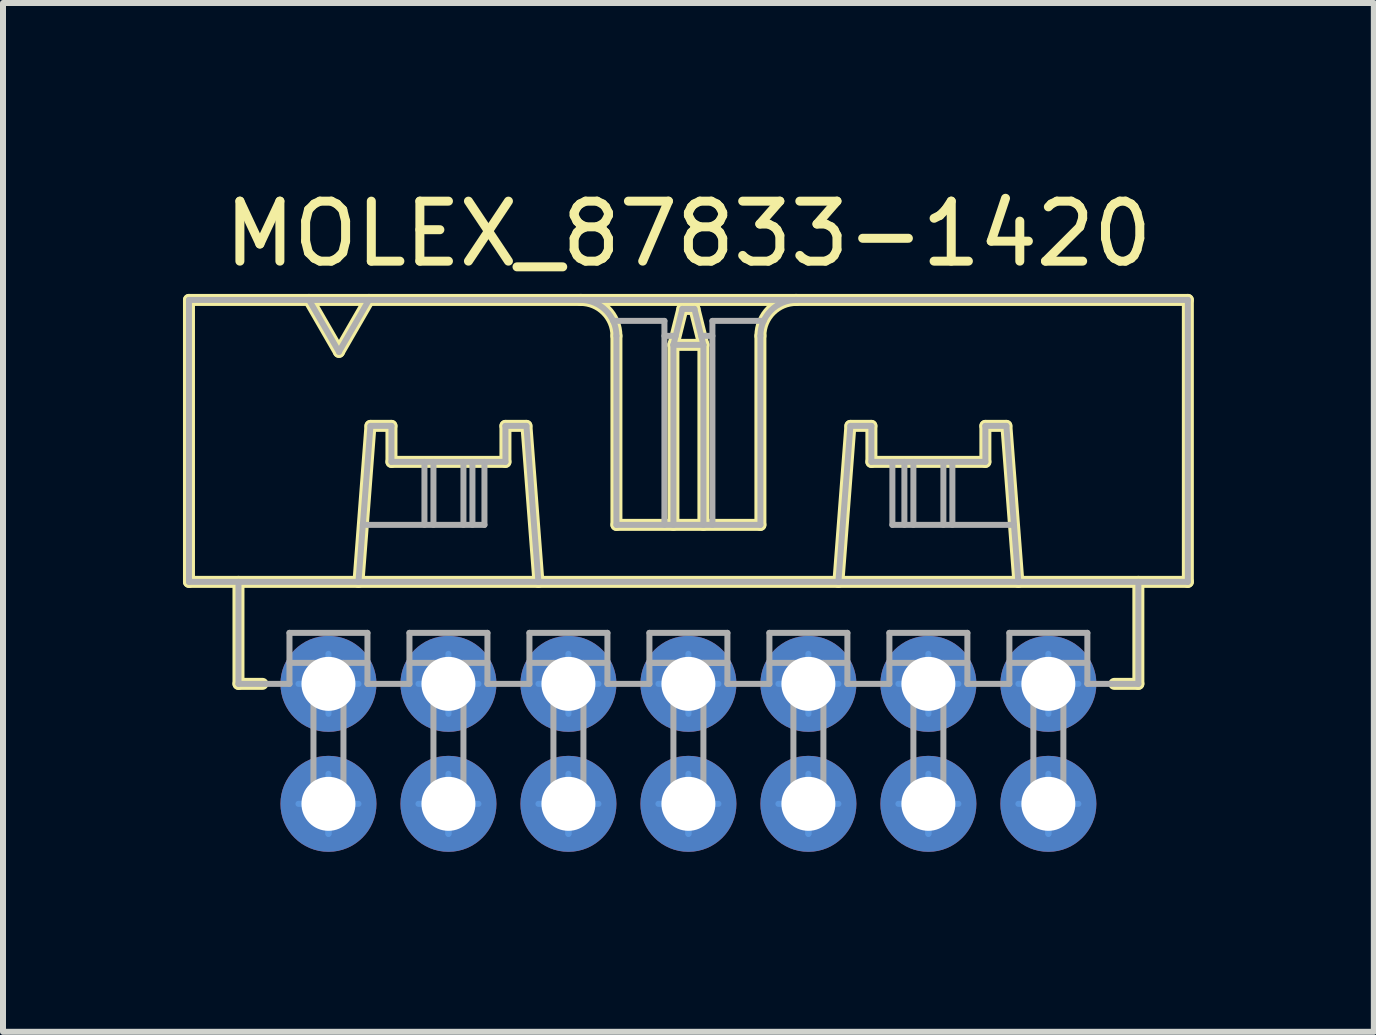
<source format=kicad_pcb>
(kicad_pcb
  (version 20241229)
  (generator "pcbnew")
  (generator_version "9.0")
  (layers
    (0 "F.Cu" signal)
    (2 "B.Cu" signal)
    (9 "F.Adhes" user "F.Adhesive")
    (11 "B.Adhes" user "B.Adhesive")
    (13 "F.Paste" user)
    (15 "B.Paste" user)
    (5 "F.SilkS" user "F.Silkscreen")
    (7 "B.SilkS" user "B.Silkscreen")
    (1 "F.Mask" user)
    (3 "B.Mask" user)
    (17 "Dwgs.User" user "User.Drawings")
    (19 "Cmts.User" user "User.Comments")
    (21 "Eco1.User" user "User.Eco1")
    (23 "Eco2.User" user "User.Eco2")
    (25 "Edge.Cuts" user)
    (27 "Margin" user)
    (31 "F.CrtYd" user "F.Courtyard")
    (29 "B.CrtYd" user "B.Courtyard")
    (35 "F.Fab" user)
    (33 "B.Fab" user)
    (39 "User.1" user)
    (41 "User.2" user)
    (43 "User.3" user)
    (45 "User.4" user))
  (footprint "MOLEX_87833-1420"
    (layer "F.Cu")
    (at 8.425 9.349)
    (property "Reference" "MOLEX_87833-1420" (at 0 -8.501 180) (layer "F.SilkS") (effects (font (size 1 1) (thickness 0.15))))
    (attr through_hole)
    (fp_line (start -8.325 -7.4) (end 8.325 -7.4) (stroke (width 0.2) (type solid)) (layer "F.SilkS"))
    (fp_line (start -8.325 -2.7) (end -8.325 -7.4) (stroke (width 0.2) (type solid)) (layer "F.SilkS"))
    (fp_line (start -8.325 -2.7) (end 8.325 -2.7) (stroke (width 0.2) (type solid)) (layer "F.SilkS"))
    (fp_line (start -7.5 -1) (end -7.5 -2.7) (stroke (width 0.2) (type solid)) (layer "F.SilkS"))
    (fp_line (start -7.5 -1) (end -7.1 -1) (stroke (width 0.2) (type solid)) (layer "F.SilkS"))
    (fp_line (start -6.325 -7.4) (end -5.825 -6.534) (stroke (width 0.2) (type solid)) (layer "F.SilkS"))
    (fp_line (start -5.825 -6.534) (end -5.325 -7.4) (stroke (width 0.2) (type solid)) (layer "F.SilkS"))
    (fp_line (start -5.5 -2.7) (end -5.3 -5.3) (stroke (width 0.2) (type solid)) (layer "F.SilkS"))
    (fp_line (start -5.3 -5.3) (end -4.95 -5.3) (stroke (width 0.2) (type solid)) (layer "F.SilkS"))
    (fp_line (start -4.95 -4.7) (end -4.95 -5.3) (stroke (width 0.2) (type solid)) (layer "F.SilkS"))
    (fp_line (start -4.95 -4.7) (end -3.05 -4.7) (stroke (width 0.2) (type solid)) (layer "F.SilkS"))
    (fp_line (start -3.05 -5.3) (end -2.7 -5.3) (stroke (width 0.2) (type solid)) (layer "F.SilkS"))
    (fp_line (start -3.05 -4.7) (end -3.05 -5.3) (stroke (width 0.2) (type solid)) (layer "F.SilkS"))
    (fp_line (start -2.7 -5.3) (end -2.5 -2.7) (stroke (width 0.2) (type solid)) (layer "F.SilkS"))
    (fp_line (start -1.2 -3.65) (end -1.2 -6.8) (stroke (width 0.2) (type solid)) (layer "F.SilkS"))
    (fp_line (start -1.2 -3.65) (end 1.2 -3.65) (stroke (width 0.2) (type solid)) (layer "F.SilkS"))
    (fp_line (start -0.25 -6.65) (end -0.1 -7.25) (stroke (width 0.2) (type solid)) (layer "F.SilkS"))
    (fp_line (start -0.25 -6.65) (end 0.25 -6.65) (stroke (width 0.2) (type solid)) (layer "F.SilkS"))
    (fp_line (start -0.25 -3.65) (end -0.25 -6.65) (stroke (width 0.2) (type solid)) (layer "F.SilkS"))
    (fp_line (start -0.1 -7.25) (end 0.1 -7.25) (stroke (width 0.2) (type solid)) (layer "F.SilkS"))
    (fp_line (start 0.1 -7.25) (end 0.25 -6.65) (stroke (width 0.2) (type solid)) (layer "F.SilkS"))
    (fp_line (start 0.25 -3.65) (end 0.25 -6.65) (stroke (width 0.2) (type solid)) (layer "F.SilkS"))
    (fp_line (start 1.2 -3.65) (end 1.2 -6.8) (stroke (width 0.2) (type solid)) (layer "F.SilkS"))
    (fp_line (start 2.5 -2.7) (end 2.7 -5.3) (stroke (width 0.2) (type solid)) (layer "F.SilkS"))
    (fp_line (start 2.7 -5.3) (end 3.05 -5.3) (stroke (width 0.2) (type solid)) (layer "F.SilkS"))
    (fp_line (start 3.05 -4.7) (end 3.05 -5.3) (stroke (width 0.2) (type solid)) (layer "F.SilkS"))
    (fp_line (start 3.05 -4.7) (end 4.95 -4.7) (stroke (width 0.2) (type solid)) (layer "F.SilkS"))
    (fp_line (start 4.95 -5.3) (end 5.3 -5.3) (stroke (width 0.2) (type solid)) (layer "F.SilkS"))
    (fp_line (start 4.95 -4.7) (end 4.95 -5.3) (stroke (width 0.2) (type solid)) (layer "F.SilkS"))
    (fp_line (start 5.3 -5.3) (end 5.5 -2.7) (stroke (width 0.2) (type solid)) (layer "F.SilkS"))
    (fp_line (start 7.1 -1) (end 7.5 -1) (stroke (width 0.2) (type solid)) (layer "F.SilkS"))
    (fp_line (start 7.5 -1) (end 7.5 -2.7) (stroke (width 0.2) (type solid)) (layer "F.SilkS"))
    (fp_line (start 8.325 -2.7) (end 8.325 -7.4) (stroke (width 0.2) (type solid)) (layer "F.SilkS"))
    (fp_arc (start -1.8 -7.4) (mid -1.375736 -7.224264) (end -1.2 -6.8) (stroke (width 0.2) (type solid)) (layer "F.SilkS"))
    (fp_arc (start 1.2 -6.8) (mid 1.375736 -7.224264) (end 1.8 -7.4) (stroke (width 0.2) (type solid)) (layer "F.SilkS"))
    (fp_line (start -6.5 -1) (end -6 -1) (stroke (width 0.1) (type solid)) (layer "Cmts.User"))
    (fp_line (start -6.5 1) (end -6 1) (stroke (width 0.1) (type solid)) (layer "Cmts.User"))
    (fp_line (start -6 -1) (end -6 -1.5) (stroke (width 0.1) (type solid)) (layer "Cmts.User"))
    (fp_line (start -6 -1) (end -5.5 -1) (stroke (width 0.1) (type solid)) (layer "Cmts.User"))
    (fp_line (start -6 -0.5) (end -6 -1) (stroke (width 0.1) (type solid)) (layer "Cmts.User"))
    (fp_line (start -6 1) (end -6 0.5) (stroke (width 0.1) (type solid)) (layer "Cmts.User"))
    (fp_line (start -6 1) (end -5.5 1) (stroke (width 0.1) (type solid)) (layer "Cmts.User"))
    (fp_line (start -6 1.5) (end -6 1) (stroke (width 0.1) (type solid)) (layer "Cmts.User"))
    (fp_line (start -6 1.5) (end -6 1) (stroke (width 0.1) (type solid)) (layer "Cmts.User"))
    (fp_line (start -4.5 -1) (end -4 -1) (stroke (width 0.1) (type solid)) (layer "Cmts.User"))
    (fp_line (start -4.5 1) (end -4 1) (stroke (width 0.1) (type solid)) (layer "Cmts.User"))
    (fp_line (start -4 -1) (end -4 -1.5) (stroke (width 0.1) (type solid)) (layer "Cmts.User"))
    (fp_line (start -4 -1) (end -3.5 -1) (stroke (width 0.1) (type solid)) (layer "Cmts.User"))
    (fp_line (start -4 -0.5) (end -4 -1) (stroke (width 0.1) (type solid)) (layer "Cmts.User"))
    (fp_line (start -4 1) (end -4 0.5) (stroke (width 0.1) (type solid)) (layer "Cmts.User"))
    (fp_line (start -4 1) (end -3.5 1) (stroke (width 0.1) (type solid)) (layer "Cmts.User"))
    (fp_line (start -4 1.5) (end -4 1) (stroke (width 0.1) (type solid)) (layer "Cmts.User"))
    (fp_line (start -4 1.5) (end -4 1) (stroke (width 0.1) (type solid)) (layer "Cmts.User"))
    (fp_line (start -2.5 -1) (end -2 -1) (stroke (width 0.1) (type solid)) (layer "Cmts.User"))
    (fp_line (start -2.5 1) (end -2 1) (stroke (width 0.1) (type solid)) (layer "Cmts.User"))
    (fp_line (start -2 -1) (end -2 -1.5) (stroke (width 0.1) (type solid)) (layer "Cmts.User"))
    (fp_line (start -2 -1) (end -1.5 -1) (stroke (width 0.1) (type solid)) (layer "Cmts.User"))
    (fp_line (start -2 -0.5) (end -2 -1) (stroke (width 0.1) (type solid)) (layer "Cmts.User"))
    (fp_line (start -2 1) (end -2 0.5) (stroke (width 0.1) (type solid)) (layer "Cmts.User"))
    (fp_line (start -2 1) (end -1.5 1) (stroke (width 0.1) (type solid)) (layer "Cmts.User"))
    (fp_line (start -2 1.5) (end -2 1) (stroke (width 0.1) (type solid)) (layer "Cmts.User"))
    (fp_line (start -2 1.5) (end -2 1) (stroke (width 0.1) (type solid)) (layer "Cmts.User"))
    (fp_line (start -0.5 -1) (end 0 -1) (stroke (width 0.1) (type solid)) (layer "Cmts.User"))
    (fp_line (start -0.5 1) (end 0 1) (stroke (width 0.1) (type solid)) (layer "Cmts.User"))
    (fp_line (start 0 -1) (end 0 -1.5) (stroke (width 0.1) (type solid)) (layer "Cmts.User"))
    (fp_line (start 0 -1) (end 0.5 -1) (stroke (width 0.1) (type solid)) (layer "Cmts.User"))
    (fp_line (start 0 -0.5) (end 0 -1) (stroke (width 0.1) (type solid)) (layer "Cmts.User"))
    (fp_line (start 0 1) (end 0 0.5) (stroke (width 0.1) (type solid)) (layer "Cmts.User"))
    (fp_line (start 0 1) (end 0.5 1) (stroke (width 0.1) (type solid)) (layer "Cmts.User"))
    (fp_line (start 0 1.5) (end 0 1) (stroke (width 0.1) (type solid)) (layer "Cmts.User"))
    (fp_line (start 0 1.5) (end 0 1) (stroke (width 0.1) (type solid)) (layer "Cmts.User"))
    (fp_line (start 1.5 -1) (end 2 -1) (stroke (width 0.1) (type solid)) (layer "Cmts.User"))
    (fp_line (start 1.5 1) (end 2 1) (stroke (width 0.1) (type solid)) (layer "Cmts.User"))
    (fp_line (start 2 -1) (end 2 -1.5) (stroke (width 0.1) (type solid)) (layer "Cmts.User"))
    (fp_line (start 2 -1) (end 2.5 -1) (stroke (width 0.1) (type solid)) (layer "Cmts.User"))
    (fp_line (start 2 -0.5) (end 2 -1) (stroke (width 0.1) (type solid)) (layer "Cmts.User"))
    (fp_line (start 2 1) (end 2 0.5) (stroke (width 0.1) (type solid)) (layer "Cmts.User"))
    (fp_line (start 2 1) (end 2.5 1) (stroke (width 0.1) (type solid)) (layer "Cmts.User"))
    (fp_line (start 2 1.5) (end 2 1) (stroke (width 0.1) (type solid)) (layer "Cmts.User"))
    (fp_line (start 2 1.5) (end 2 1) (stroke (width 0.1) (type solid)) (layer "Cmts.User"))
    (fp_line (start 3.5 -1) (end 4 -1) (stroke (width 0.1) (type solid)) (layer "Cmts.User"))
    (fp_line (start 3.5 1) (end 4 1) (stroke (width 0.1) (type solid)) (layer "Cmts.User"))
    (fp_line (start 4 -1) (end 4 -1.5) (stroke (width 0.1) (type solid)) (layer "Cmts.User"))
    (fp_line (start 4 -1) (end 4.5 -1) (stroke (width 0.1) (type solid)) (layer "Cmts.User"))
    (fp_line (start 4 -0.5) (end 4 -1) (stroke (width 0.1) (type solid)) (layer "Cmts.User"))
    (fp_line (start 4 1) (end 4 0.5) (stroke (width 0.1) (type solid)) (layer "Cmts.User"))
    (fp_line (start 4 1) (end 4.5 1) (stroke (width 0.1) (type solid)) (layer "Cmts.User"))
    (fp_line (start 4 1.5) (end 4 1) (stroke (width 0.1) (type solid)) (layer "Cmts.User"))
    (fp_line (start 4 1.5) (end 4 1) (stroke (width 0.1) (type solid)) (layer "Cmts.User"))
    (fp_line (start 5.5 -1) (end 6 -1) (stroke (width 0.1) (type solid)) (layer "Cmts.User"))
    (fp_line (start 5.5 1) (end 6 1) (stroke (width 0.1) (type solid)) (layer "Cmts.User"))
    (fp_line (start 6 -1) (end 6 -1.5) (stroke (width 0.1) (type solid)) (layer "Cmts.User"))
    (fp_line (start 6 -1) (end 6.5 -1) (stroke (width 0.1) (type solid)) (layer "Cmts.User"))
    (fp_line (start 6 -0.5) (end 6 -1) (stroke (width 0.1) (type solid)) (layer "Cmts.User"))
    (fp_line (start 6 1) (end 6 0.5) (stroke (width 0.1) (type solid)) (layer "Cmts.User"))
    (fp_line (start 6 1) (end 6.5 1) (stroke (width 0.1) (type solid)) (layer "Cmts.User"))
    (fp_line (start 6 1.5) (end 6 1) (stroke (width 0.1) (type solid)) (layer "Cmts.User"))
    (fp_line (start 6 1.5) (end 6 1) (stroke (width 0.1) (type solid)) (layer "Cmts.User"))
    (fp_line (start -8.325 -7.4) (end 8.325 -7.4) (stroke (width 0.1) (type solid)) (layer "F.Fab"))
    (fp_line (start -8.325 -2.7) (end -8.325 -7.4) (stroke (width 0.1) (type solid)) (layer "F.Fab"))
    (fp_line (start -8.325 -2.7) (end 8.325 -2.7) (stroke (width 0.1) (type solid)) (layer "F.Fab"))
    (fp_line (start -7.5 -1) (end -7.5 -2.7) (stroke (width 0.1) (type solid)) (layer "F.Fab"))
    (fp_line (start -7.5 -1) (end -6.65 -1) (stroke (width 0.1) (type solid)) (layer "F.Fab"))
    (fp_line (start -6.65 -1.85) (end -5.35 -1.85) (stroke (width 0.1) (type solid)) (layer "F.Fab"))
    (fp_line (start -6.65 -1.35) (end -5.35 -1.35) (stroke (width 0.1) (type solid)) (layer "F.Fab"))
    (fp_line (start -6.65 -1) (end -6.65 -1.85) (stroke (width 0.1) (type solid)) (layer "F.Fab"))
    (fp_line (start -6.325 -7.4) (end -5.825 -6.534) (stroke (width 0.1) (type solid)) (layer "F.Fab"))
    (fp_line (start -6.25 1.25) (end -6.25 -1.35) (stroke (width 0.1) (type solid)) (layer "F.Fab"))
    (fp_line (start -6.25 1.25) (end -5.75 1.25) (stroke (width 0.1) (type solid)) (layer "F.Fab"))
    (fp_line (start -5.825 -6.534) (end -5.325 -7.4) (stroke (width 0.1) (type solid)) (layer "F.Fab"))
    (fp_line (start -5.75 1.25) (end -5.75 -1.35) (stroke (width 0.1) (type solid)) (layer "F.Fab"))
    (fp_line (start -5.5 -2.7) (end -5.3 -5.3) (stroke (width 0.1) (type solid)) (layer "F.Fab"))
    (fp_line (start -5.427 -3.65) (end -3.4 -3.65) (stroke (width 0.1) (type solid)) (layer "F.Fab"))
    (fp_line (start -5.35 -1) (end -5.35 -1.85) (stroke (width 0.1) (type solid)) (layer "F.Fab"))
    (fp_line (start -5.35 -1) (end -4.65 -1) (stroke (width 0.1) (type solid)) (layer "F.Fab"))
    (fp_line (start -5.3 -5.3) (end -4.95 -5.3) (stroke (width 0.1) (type solid)) (layer "F.Fab"))
    (fp_line (start -4.95 -4.7) (end -4.95 -5.3) (stroke (width 0.1) (type solid)) (layer "F.Fab"))
    (fp_line (start -4.95 -4.7) (end -3.05 -4.7) (stroke (width 0.1) (type solid)) (layer "F.Fab"))
    (fp_line (start -4.65 -1.85) (end -3.35 -1.85) (stroke (width 0.1) (type solid)) (layer "F.Fab"))
    (fp_line (start -4.65 -1.35) (end -3.35 -1.35) (stroke (width 0.1) (type solid)) (layer "F.Fab"))
    (fp_line (start -4.65 -1) (end -4.65 -1.85) (stroke (width 0.1) (type solid)) (layer "F.Fab"))
    (fp_line (start -4.4 -3.65) (end -4.4 -4.7) (stroke (width 0.1) (type solid)) (layer "F.Fab"))
    (fp_line (start -4.25 -3.65) (end -4.25 -4.7) (stroke (width 0.1) (type solid)) (layer "F.Fab"))
    (fp_line (start -4.25 1.25) (end -4.25 -1.35) (stroke (width 0.1) (type solid)) (layer "F.Fab"))
    (fp_line (start -4.25 1.25) (end -3.75 1.25) (stroke (width 0.1) (type solid)) (layer "F.Fab"))
    (fp_line (start -3.75 -3.65) (end -3.75 -4.7) (stroke (width 0.1) (type solid)) (layer "F.Fab"))
    (fp_line (start -3.75 1.25) (end -3.75 -1.35) (stroke (width 0.1) (type solid)) (layer "F.Fab"))
    (fp_line (start -3.6 -3.65) (end -3.6 -4.7) (stroke (width 0.1) (type solid)) (layer "F.Fab"))
    (fp_line (start -3.4 -3.65) (end -3.4 -4.7) (stroke (width 0.1) (type solid)) (layer "F.Fab"))
    (fp_line (start -3.35 -1) (end -3.35 -1.85) (stroke (width 0.1) (type solid)) (layer "F.Fab"))
    (fp_line (start -3.35 -1) (end -2.65 -1) (stroke (width 0.1) (type solid)) (layer "F.Fab"))
    (fp_line (start -3.05 -5.3) (end -2.7 -5.3) (stroke (width 0.1) (type solid)) (layer "F.Fab"))
    (fp_line (start -3.05 -4.7) (end -3.05 -5.3) (stroke (width 0.1) (type solid)) (layer "F.Fab"))
    (fp_line (start -2.7 -5.3) (end -2.5 -2.7) (stroke (width 0.1) (type solid)) (layer "F.Fab"))
    (fp_line (start -2.65 -1.85) (end -1.35 -1.85) (stroke (width 0.1) (type solid)) (layer "F.Fab"))
    (fp_line (start -2.65 -1.35) (end -1.35 -1.35) (stroke (width 0.1) (type solid)) (layer "F.Fab"))
    (fp_line (start -2.65 -1) (end -2.65 -1.85) (stroke (width 0.1) (type solid)) (layer "F.Fab"))
    (fp_line (start -2.25 1.25) (end -2.25 -1.35) (stroke (width 0.1) (type solid)) (layer "F.Fab"))
    (fp_line (start -2.25 1.25) (end -1.75 1.25) (stroke (width 0.1) (type solid)) (layer "F.Fab"))
    (fp_line (start -1.75 1.25) (end -1.75 -1.35) (stroke (width 0.1) (type solid)) (layer "F.Fab"))
    (fp_line (start -1.35 -1) (end -1.35 -1.85) (stroke (width 0.1) (type solid)) (layer "F.Fab"))
    (fp_line (start -1.35 -1) (end -0.65 -1) (stroke (width 0.1) (type solid)) (layer "F.Fab"))
    (fp_line (start -1.255 -7.05) (end -0.4 -7.05) (stroke (width 0.1) (type solid)) (layer "F.Fab"))
    (fp_line (start -1.2 -3.65) (end -1.2 -6.8) (stroke (width 0.1) (type solid)) (layer "F.Fab"))
    (fp_line (start -1.2 -3.65) (end 1.2 -3.65) (stroke (width 0.1) (type solid)) (layer "F.Fab"))
    (fp_line (start -0.65 -1.85) (end 0.65 -1.85) (stroke (width 0.1) (type solid)) (layer "F.Fab"))
    (fp_line (start -0.65 -1.35) (end 0.65 -1.35) (stroke (width 0.1) (type solid)) (layer "F.Fab"))
    (fp_line (start -0.65 -1.35) (end 0.65 -1.35) (stroke (width 0.1) (type solid)) (layer "F.Fab"))
    (fp_line (start -0.65 -1) (end -0.65 -1.85) (stroke (width 0.1) (type solid)) (layer "F.Fab"))
    (fp_line (start -0.4 -6.8) (end -0.212 -6.8) (stroke (width 0.1) (type solid)) (layer "F.Fab"))
    (fp_line (start -0.4 -3.65) (end -0.4 -7.05) (stroke (width 0.1) (type solid)) (layer "F.Fab"))
    (fp_line (start -0.25 -6.65) (end -0.1 -7.25) (stroke (width 0.1) (type solid)) (layer "F.Fab"))
    (fp_line (start -0.25 -6.65) (end 0.25 -6.65) (stroke (width 0.1) (type solid)) (layer "F.Fab"))
    (fp_line (start -0.25 -3.65) (end -0.25 -6.65) (stroke (width 0.1) (type solid)) (layer "F.Fab"))
    (fp_line (start -0.25 1.25) (end -0.25 -1.35) (stroke (width 0.1) (type solid)) (layer "F.Fab"))
    (fp_line (start -0.25 1.25) (end 0.25 1.25) (stroke (width 0.1) (type solid)) (layer "F.Fab"))
    (fp_line (start -0.1 -7.25) (end 0.1 -7.25) (stroke (width 0.1) (type solid)) (layer "F.Fab"))
    (fp_line (start 0.1 -7.25) (end 0.25 -6.65) (stroke (width 0.1) (type solid)) (layer "F.Fab"))
    (fp_line (start 0.212 -6.8) (end 0.4 -6.8) (stroke (width 0.1) (type solid)) (layer "F.Fab"))
    (fp_line (start 0.25 -3.65) (end 0.25 -6.65) (stroke (width 0.1) (type solid)) (layer "F.Fab"))
    (fp_line (start 0.25 1.25) (end 0.25 -1.35) (stroke (width 0.1) (type solid)) (layer "F.Fab"))
    (fp_line (start 0.4 -7.05) (end 1.255 -7.05) (stroke (width 0.1) (type solid)) (layer "F.Fab"))
    (fp_line (start 0.4 -3.65) (end 0.4 -7.05) (stroke (width 0.1) (type solid)) (layer "F.Fab"))
    (fp_line (start 0.65 -1) (end 0.65 -1.85) (stroke (width 0.1) (type solid)) (layer "F.Fab"))
    (fp_line (start 0.65 -1) (end 1.35 -1) (stroke (width 0.1) (type solid)) (layer "F.Fab"))
    (fp_line (start 1.2 -3.65) (end 1.2 -6.8) (stroke (width 0.1) (type solid)) (layer "F.Fab"))
    (fp_line (start 1.35 -1.85) (end 2.65 -1.85) (stroke (width 0.1) (type solid)) (layer "F.Fab"))
    (fp_line (start 1.35 -1.35) (end 2.65 -1.35) (stroke (width 0.1) (type solid)) (layer "F.Fab"))
    (fp_line (start 1.35 -1) (end 1.35 -1.85) (stroke (width 0.1) (type solid)) (layer "F.Fab"))
    (fp_line (start 1.75 1.25) (end 1.75 -1.35) (stroke (width 0.1) (type solid)) (layer "F.Fab"))
    (fp_line (start 1.75 1.25) (end 2.25 1.25) (stroke (width 0.1) (type solid)) (layer "F.Fab"))
    (fp_line (start 2.25 1.25) (end 2.25 -1.35) (stroke (width 0.1) (type solid)) (layer "F.Fab"))
    (fp_line (start 2.5 -2.7) (end 2.7 -5.3) (stroke (width 0.1) (type solid)) (layer "F.Fab"))
    (fp_line (start 2.65 -1) (end 2.65 -1.85) (stroke (width 0.1) (type solid)) (layer "F.Fab"))
    (fp_line (start 2.65 -1) (end 3.35 -1) (stroke (width 0.1) (type solid)) (layer "F.Fab"))
    (fp_line (start 2.7 -5.3) (end 3.05 -5.3) (stroke (width 0.1) (type solid)) (layer "F.Fab"))
    (fp_line (start 3.05 -4.7) (end 3.05 -5.3) (stroke (width 0.1) (type solid)) (layer "F.Fab"))
    (fp_line (start 3.05 -4.7) (end 4.95 -4.7) (stroke (width 0.1) (type solid)) (layer "F.Fab"))
    (fp_line (start 3.35 -1.85) (end 4.65 -1.85) (stroke (width 0.1) (type solid)) (layer "F.Fab"))
    (fp_line (start 3.35 -1.35) (end 4.65 -1.35) (stroke (width 0.1) (type solid)) (layer "F.Fab"))
    (fp_line (start 3.35 -1) (end 3.35 -1.85) (stroke (width 0.1) (type solid)) (layer "F.Fab"))
    (fp_line (start 3.4 -3.65) (end 3.4 -4.7) (stroke (width 0.1) (type solid)) (layer "F.Fab"))
    (fp_line (start 3.4 -3.65) (end 5.427 -3.65) (stroke (width 0.1) (type solid)) (layer "F.Fab"))
    (fp_line (start 3.6 -3.65) (end 3.6 -4.7) (stroke (width 0.1) (type solid)) (layer "F.Fab"))
    (fp_line (start 3.75 -3.65) (end 3.75 -4.7) (stroke (width 0.1) (type solid)) (layer "F.Fab"))
    (fp_line (start 3.75 1.25) (end 3.75 -1.35) (stroke (width 0.1) (type solid)) (layer "F.Fab"))
    (fp_line (start 3.75 1.25) (end 4.25 1.25) (stroke (width 0.1) (type solid)) (layer "F.Fab"))
    (fp_line (start 4.25 -3.65) (end 4.25 -4.7) (stroke (width 0.1) (type solid)) (layer "F.Fab"))
    (fp_line (start 4.25 1.25) (end 4.25 -1.35) (stroke (width 0.1) (type solid)) (layer "F.Fab"))
    (fp_line (start 4.4 -3.65) (end 4.4 -4.7) (stroke (width 0.1) (type solid)) (layer "F.Fab"))
    (fp_line (start 4.65 -1) (end 4.65 -1.85) (stroke (width 0.1) (type solid)) (layer "F.Fab"))
    (fp_line (start 4.65 -1) (end 5.35 -1) (stroke (width 0.1) (type solid)) (layer "F.Fab"))
    (fp_line (start 4.95 -5.3) (end 5.3 -5.3) (stroke (width 0.1) (type solid)) (layer "F.Fab"))
    (fp_line (start 4.95 -4.7) (end 4.95 -5.3) (stroke (width 0.1) (type solid)) (layer "F.Fab"))
    (fp_line (start 5.3 -5.3) (end 5.5 -2.7) (stroke (width 0.1) (type solid)) (layer "F.Fab"))
    (fp_line (start 5.35 -1.85) (end 6.65 -1.85) (stroke (width 0.1) (type solid)) (layer "F.Fab"))
    (fp_line (start 5.35 -1.35) (end 6.65 -1.35) (stroke (width 0.1) (type solid)) (layer "F.Fab"))
    (fp_line (start 5.35 -1) (end 5.35 -1.85) (stroke (width 0.1) (type solid)) (layer "F.Fab"))
    (fp_line (start 5.75 1.25) (end 5.75 -1.35) (stroke (width 0.1) (type solid)) (layer "F.Fab"))
    (fp_line (start 5.75 1.25) (end 6.25 1.25) (stroke (width 0.1) (type solid)) (layer "F.Fab"))
    (fp_line (start 6.25 1.25) (end 6.25 -1.35) (stroke (width 0.1) (type solid)) (layer "F.Fab"))
    (fp_line (start 6.65 -1) (end 6.65 -1.85) (stroke (width 0.1) (type solid)) (layer "F.Fab"))
    (fp_line (start 6.65 -1) (end 7.5 -1) (stroke (width 0.1) (type solid)) (layer "F.Fab"))
    (fp_line (start 7.5 -1) (end 7.5 -2.7) (stroke (width 0.1) (type solid)) (layer "F.Fab"))
    (fp_line (start 8.325 -2.7) (end 8.325 -7.4) (stroke (width 0.1) (type solid)) (layer "F.Fab"))
    (fp_arc (start -1.8 -7.4) (mid -1.375736 -7.224264) (end -1.2 -6.8) (stroke (width 0.1) (type solid)) (layer "F.Fab"))
    (fp_arc (start 1.2 -6.8) (mid 1.375736 -7.224264) (end 1.8 -7.4) (stroke (width 0.1) (type solid)) (layer "F.Fab"))
    (pad "1" thru_hole circle (at -6 1) (size 1.6 1.6) (drill 0.9) (layers "*.Cu" "*.Mask"))
    (pad "2" thru_hole circle (at -6 -1) (size 1.6 1.6) (drill 0.9) (layers "*.Cu" "*.Mask"))
    (pad "3" thru_hole circle (at -4 1) (size 1.6 1.6) (drill 0.9) (layers "*.Cu" "*.Mask"))
    (pad "4" thru_hole circle (at -4 -1) (size 1.6 1.6) (drill 0.9) (layers "*.Cu" "*.Mask"))
    (pad "5" thru_hole circle (at -2 1) (size 1.6 1.6) (drill 0.9) (layers "*.Cu" "*.Mask"))
    (pad "6" thru_hole circle (at -2 -1) (size 1.6 1.6) (drill 0.9) (layers "*.Cu" "*.Mask"))
    (pad "7" thru_hole circle (at 0 1) (size 1.6 1.6) (drill 0.9) (layers "*.Cu" "*.Mask"))
    (pad "8" thru_hole circle (at 0 -1) (size 1.6 1.6) (drill 0.9) (layers "*.Cu" "*.Mask"))
    (pad "9" thru_hole circle (at 2 1) (size 1.6 1.6) (drill 0.9) (layers "*.Cu" "*.Mask"))
    (pad "10" thru_hole circle (at 2 -1) (size 1.6 1.6) (drill 0.9) (layers "*.Cu" "*.Mask"))
    (pad "11" thru_hole circle (at 4 1) (size 1.6 1.6) (drill 0.9) (layers "*.Cu" "*.Mask"))
    (pad "12" thru_hole circle (at 4 -1) (size 1.6 1.6) (drill 0.9) (layers "*.Cu" "*.Mask"))
    (pad "13" thru_hole circle (at 6 1) (size 1.6 1.6) (drill 0.9) (layers "*.Cu" "*.Mask"))
    (pad "14" thru_hole circle (at 6 -1) (size 1.6 1.6) (drill 0.9) (layers "*.Cu" "*.Mask")))
  (gr_rect
    (start -3 -3)
    (end 19.85 14.149)
    (stroke (width 0.1) (type default))
    (fill no)
    (layer "Edge.Cuts")))
</source>
